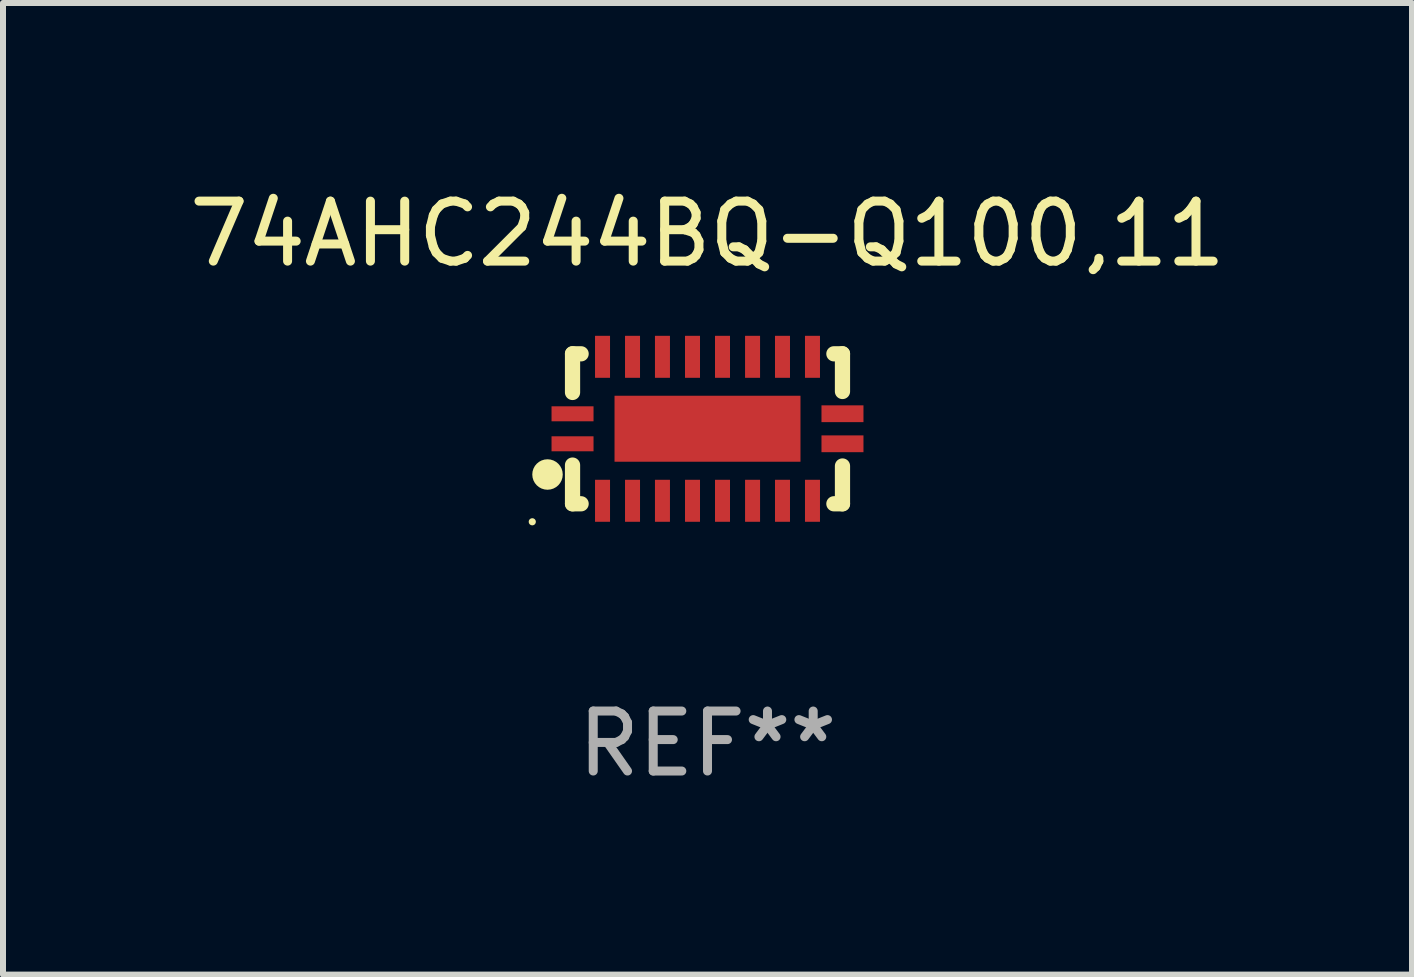
<source format=kicad_pcb>
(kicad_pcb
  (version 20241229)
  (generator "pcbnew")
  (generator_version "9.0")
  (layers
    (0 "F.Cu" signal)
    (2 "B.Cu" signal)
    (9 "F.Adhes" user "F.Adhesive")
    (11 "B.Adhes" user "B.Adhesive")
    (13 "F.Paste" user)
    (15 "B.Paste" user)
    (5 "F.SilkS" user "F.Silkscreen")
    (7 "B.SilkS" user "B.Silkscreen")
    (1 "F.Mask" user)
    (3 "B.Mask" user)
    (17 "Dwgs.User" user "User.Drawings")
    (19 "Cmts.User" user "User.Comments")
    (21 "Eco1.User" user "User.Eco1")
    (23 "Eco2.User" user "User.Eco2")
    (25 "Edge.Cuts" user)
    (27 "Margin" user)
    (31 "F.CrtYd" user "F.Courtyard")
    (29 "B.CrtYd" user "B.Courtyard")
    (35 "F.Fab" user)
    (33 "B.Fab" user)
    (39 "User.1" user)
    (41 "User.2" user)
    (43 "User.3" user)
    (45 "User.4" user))
  (footprint "74AHC244BQ-Q100,11"
    (layer "F.Cu")
    (at 8.744 4.098)
    (property "Reference" "74AHC244BQ-Q100,11" (at 0 -3.25 0) (layer "F.SilkS") (effects (font (size 1 1) (thickness 0.15))))
    (attr through_hole)
    (fp_line (start -2.25 0.605) (end -2.25 1.25) (stroke (width 0.254) (type solid)) (layer "F.SilkS"))
    (fp_line (start -2.25 1.25) (end -2.107 1.25) (stroke (width 0.254) (type solid)) (layer "F.SilkS"))
    (fp_line (start -2.25 -1.25) (end -2.25 -0.606) (stroke (width 0.254) (type solid)) (layer "F.SilkS"))
    (fp_line (start -2.25 -1.25) (end -2.107 -1.25) (stroke (width 0.254) (type solid)) (layer "F.SilkS"))
    (fp_line (start 2.107 -1.25) (end 2.25 -1.25) (stroke (width 0.254) (type solid)) (layer "F.SilkS"))
    (fp_line (start 2.107 1.25) (end 2.25 1.25) (stroke (width 0.254) (type solid)) (layer "F.SilkS"))
    (fp_line (start 2.25 -1.25) (end 2.25 -0.622) (stroke (width 0.254) (type solid)) (layer "F.SilkS"))
    (fp_line (start 2.25 0.62) (end 2.25 1.25) (stroke (width 0.254) (type solid)) (layer "F.SilkS"))
    (fp_circle (center -2.921 1.55) (end -2.891 1.55) (stroke (width 0.06) (type solid)) (fill no) (layer "F.SilkS"))
    (fp_circle (center -2.667 0.762) (end -2.54 0.762) (stroke (width 0.254) (type solid)) (fill no) (layer "F.SilkS"))
    (fp_text user "REF**" (at 0 5.25 0) (layer "F.Fab") (effects (font (size 1 1) (thickness 0.15))))
    (pad "1" smd rect (at -2.25 0.25 180) (size 0.7 0.25) (layers "F.Cu" "F.Mask" "F.Paste"))
    (pad "2" smd rect (at -1.75 1.2 90) (size 0.7 0.25) (layers "F.Cu" "F.Mask" "F.Paste"))
    (pad "3" smd rect (at -1.25 1.2 90) (size 0.7 0.25) (layers "F.Cu" "F.Mask" "F.Paste"))
    (pad "4" smd rect (at -0.751 1.2 90) (size 0.7 0.25) (layers "F.Cu" "F.Mask" "F.Paste"))
    (pad "5" smd rect (at -0.25 1.2 90) (size 0.7 0.25) (layers "F.Cu" "F.Mask" "F.Paste"))
    (pad "6" smd rect (at 0.25 1.2 90) (size 0.7 0.25) (layers "F.Cu" "F.Mask" "F.Paste"))
    (pad "7" smd rect (at 0.751 1.2 90) (size 0.7 0.25) (layers "F.Cu" "F.Mask" "F.Paste"))
    (pad "8" smd rect (at 1.25 1.2 90) (size 0.7 0.25) (layers "F.Cu" "F.Mask" "F.Paste"))
    (pad "9" smd rect (at 1.75 1.2 90) (size 0.7 0.25) (layers "F.Cu" "F.Mask" "F.Paste"))
    (pad "10" smd rect (at 2.25 0.25 180) (size 0.7 0.28) (layers "F.Cu" "F.Mask" "F.Paste"))
    (pad "11" smd rect (at 2.25 -0.251 180) (size 0.7 0.28) (layers "F.Cu" "F.Mask" "F.Paste"))
    (pad "12" smd rect (at 1.75 -1.2 90) (size 0.7 0.25) (layers "F.Cu" "F.Mask" "F.Paste"))
    (pad "13" smd rect (at 1.25 -1.2 90) (size 0.7 0.25) (layers "F.Cu" "F.Mask" "F.Paste"))
    (pad "14" smd rect (at 0.751 -1.2 90) (size 0.7 0.25) (layers "F.Cu" "F.Mask" "F.Paste"))
    (pad "15" smd rect (at 0.25 -1.2 90) (size 0.7 0.25) (layers "F.Cu" "F.Mask" "F.Paste"))
    (pad "16" smd rect (at -0.25 -1.2 90) (size 0.7 0.25) (layers "F.Cu" "F.Mask" "F.Paste"))
    (pad "17" smd rect (at -0.751 -1.2 90) (size 0.7 0.25) (layers "F.Cu" "F.Mask" "F.Paste"))
    (pad "18" smd rect (at -1.25 -1.2 90) (size 0.7 0.25) (layers "F.Cu" "F.Mask" "F.Paste"))
    (pad "19" smd rect (at -1.75 -1.2 90) (size 0.7 0.25) (layers "F.Cu" "F.Mask" "F.Paste"))
    (pad "20" smd rect (at -2.25 -0.25 180) (size 0.7 0.25) (layers "F.Cu" "F.Mask" "F.Paste"))
    (pad "21" smd rect (at 0 -0.001 180) (size 3.1 1.1) (layers "F.Cu" "F.Mask" "F.Paste")))
  (gr_rect
    (start -3 -3)
    (end 20.488 13.197)
    (stroke (width 0.1) (type default))
    (fill no)
    (layer "Edge.Cuts")))
</source>
